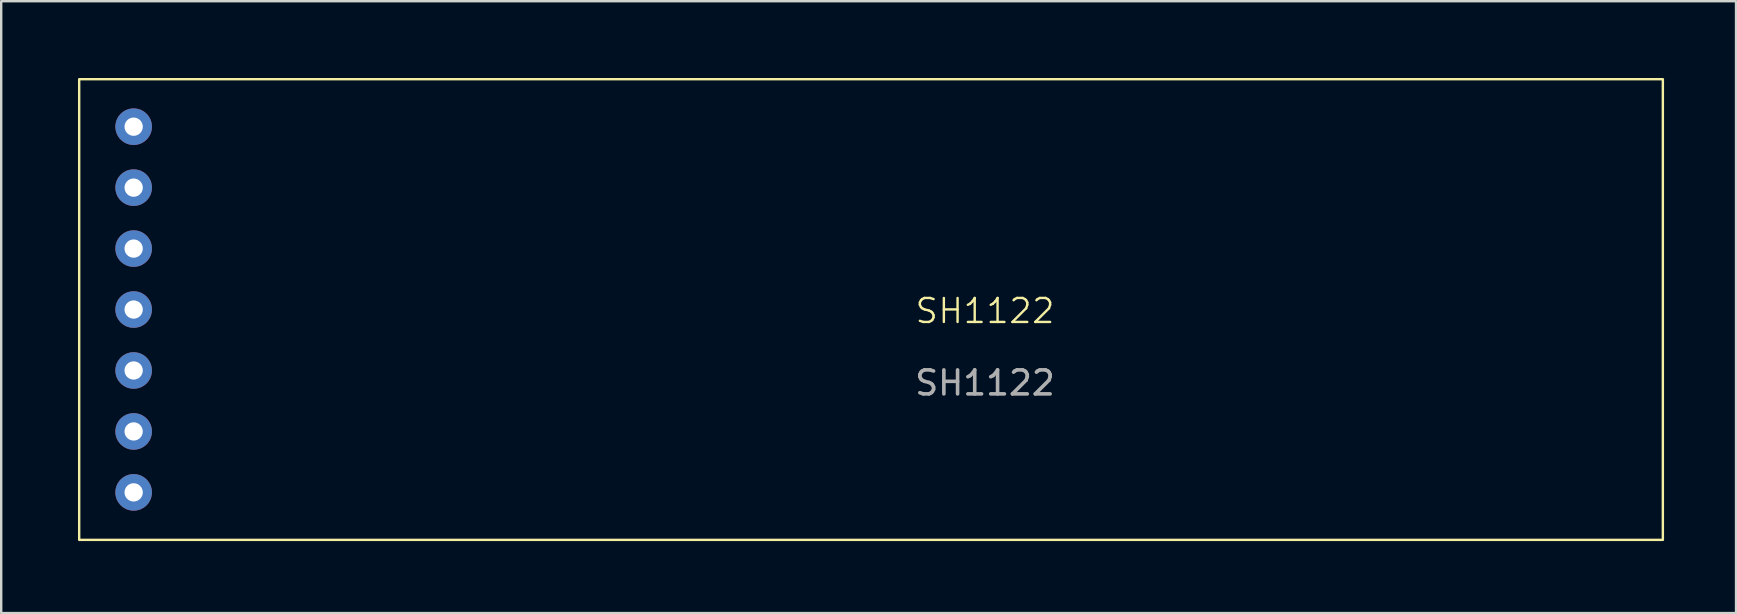
<source format=kicad_pcb>
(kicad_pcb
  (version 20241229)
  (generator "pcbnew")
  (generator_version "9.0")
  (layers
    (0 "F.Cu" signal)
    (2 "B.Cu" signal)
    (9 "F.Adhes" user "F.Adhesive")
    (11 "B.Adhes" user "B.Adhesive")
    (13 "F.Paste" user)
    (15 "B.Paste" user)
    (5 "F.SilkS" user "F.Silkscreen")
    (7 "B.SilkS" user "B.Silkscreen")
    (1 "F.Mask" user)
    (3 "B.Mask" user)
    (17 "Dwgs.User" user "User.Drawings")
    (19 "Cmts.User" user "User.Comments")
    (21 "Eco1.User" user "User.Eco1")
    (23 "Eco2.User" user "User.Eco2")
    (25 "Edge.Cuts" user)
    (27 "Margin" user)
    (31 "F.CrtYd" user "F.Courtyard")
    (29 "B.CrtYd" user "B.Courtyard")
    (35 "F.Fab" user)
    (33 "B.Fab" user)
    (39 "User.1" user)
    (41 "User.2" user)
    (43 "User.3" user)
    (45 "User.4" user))
  (footprint "SH1122"
    (layer "F.Cu")
    (at 0.25 0.25)
    (property "Reference" "SH1122" (at 37.75 9.66 0) (unlocked yes) (layer "F.SilkS") (effects (font (size 1 1) (thickness 0.1))))
    (attr through_hole)
    (fp_rect (start 0 0) (end 66 19.2) (stroke (width 0.1) (type default)) (fill no) (layer "F.SilkS"))
    (fp_text user "${REFERENCE}" (at 37.75 12.66 0) (unlocked yes) (layer "F.Fab") (effects (font (size 1 1) (thickness 0.15))))
    (pad "1" thru_hole circle (at 2.27 1.98) (size 1.524 1.524) (drill 0.762) (layers "*.Cu" "*.Mask"))
    (pad "2" thru_hole circle (at 2.27 4.52) (size 1.524 1.524) (drill 0.762) (layers "*.Cu" "*.Mask"))
    (pad "3" thru_hole circle (at 2.27 7.06) (size 1.524 1.524) (drill 0.762) (layers "*.Cu" "*.Mask"))
    (pad "4" thru_hole circle (at 2.27 9.6) (size 1.524 1.524) (drill 0.762) (layers "*.Cu" "*.Mask"))
    (pad "5" thru_hole circle (at 2.27 12.14) (size 1.524 1.524) (drill 0.762) (layers "*.Cu" "*.Mask"))
    (pad "6" thru_hole circle (at 2.27 14.68) (size 1.524 1.524) (drill 0.762) (layers "*.Cu" "*.Mask"))
    (pad "7" thru_hole circle (at 2.27 17.22) (size 1.524 1.524) (drill 0.762) (layers "*.Cu" "*.Mask"))
    (zone (net_name "") (layer "F.SilkS") (name "LCD") (hatch edge 0.5) (connect_pads) (min_thickness 0.25) (filled_areas_thickness no) (keepout (tracks not_allowed) (vias not_allowed) (pads not_allowed) (copperpour allowed) (footprints allowed)) (placement (enabled no)) (fill) (polygon (pts (xy 0.25 0.25) (xy 66.219 0.253) (xy 66.25 19.45) (xy 0.25 19.45)))))
  (gr_rect
    (start -3 -3)
    (end 69.3 22.5)
    (stroke (width 0.1) (type default))
    (fill no)
    (layer "Edge.Cuts")))
</source>
